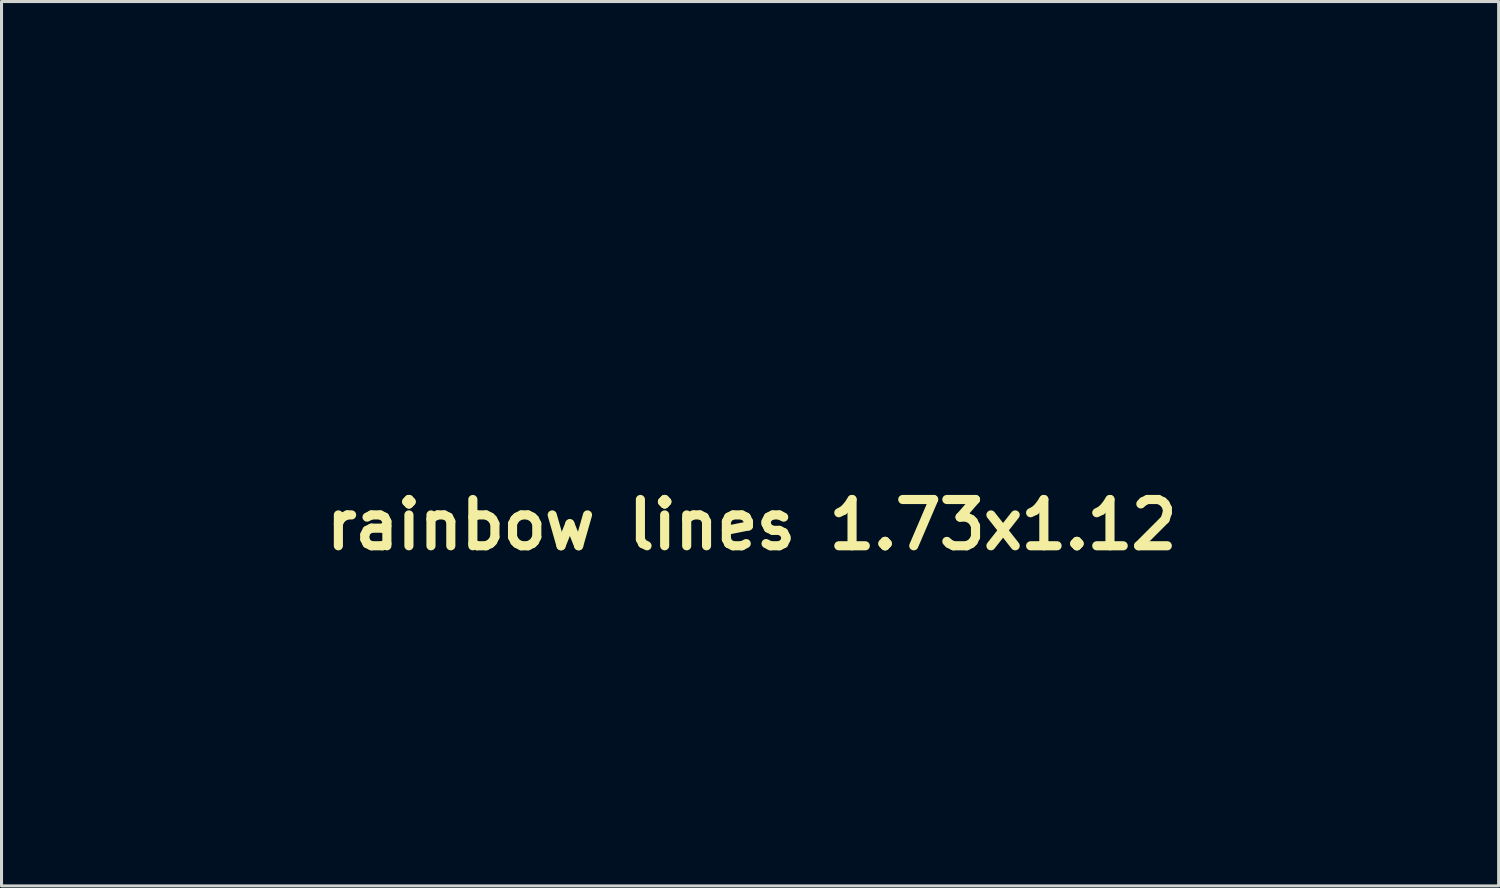
<source format=kicad_pcb>
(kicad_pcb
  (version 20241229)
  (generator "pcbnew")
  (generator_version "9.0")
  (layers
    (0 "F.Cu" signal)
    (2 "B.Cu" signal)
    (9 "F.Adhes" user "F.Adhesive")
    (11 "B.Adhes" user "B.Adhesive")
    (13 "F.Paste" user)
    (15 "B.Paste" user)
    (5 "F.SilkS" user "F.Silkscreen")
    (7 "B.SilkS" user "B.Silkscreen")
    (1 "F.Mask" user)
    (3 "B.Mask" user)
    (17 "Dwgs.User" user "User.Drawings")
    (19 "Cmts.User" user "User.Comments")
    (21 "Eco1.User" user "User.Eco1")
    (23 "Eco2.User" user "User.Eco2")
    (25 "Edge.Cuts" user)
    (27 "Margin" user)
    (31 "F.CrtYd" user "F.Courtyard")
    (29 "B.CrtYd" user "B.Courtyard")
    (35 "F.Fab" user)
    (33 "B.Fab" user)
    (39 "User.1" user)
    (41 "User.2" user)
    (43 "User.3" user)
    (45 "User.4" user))
  (footprint "rainbow lines 1.73x1.12"
    (layer "F.Cu")
    (at 21.696 14.227)
    (property "Reference" "rainbow lines 1.73x1.12" (at 0 0 0) (layer "F.SilkS") (effects (font (size 1.524 1.524) (thickness 0.3))))
    (attr board_only exclude_from_pos_files exclude_from_bom)
    (fp_poly (pts (xy 0.24 3.243) (xy 0.731 3.291) (xy 1.223 3.379) (xy 1.714 3.508) (xy 2.205 3.678) (xy 2.695 3.89) (xy 3.185 4.142) (xy 3.673 4.435) (xy 4.159 4.769) (xy 4.332 4.898) (xy 4.45 4.99) (xy 4.585 5.099) (xy 4.731 5.221) (xy 4.885 5.351) (xy 5.041 5.486) (xy 5.195 5.622) (xy 5.344 5.755) (xy 5.482 5.881) (xy 5.605 5.996) (xy 5.709 6.096) (xy 5.789 6.177) (xy 5.841 6.236) (xy 5.846 6.243) (xy 5.89 6.301) (xy 5.838 6.334) (xy 5.795 6.367) (xy 5.736 6.418) (xy 5.692 6.459) (xy 5.624 6.517) (xy 5.549 6.567) (xy 5.506 6.589) (xy 5.444 6.627) (xy 5.357 6.697) (xy 5.247 6.798) (xy 5.172 6.872) (xy 5.032 7.013) (xy 4.92 7.127) (xy 4.833 7.217) (xy 4.766 7.288) (xy 4.718 7.343) (xy 4.685 7.384) (xy 4.665 7.416) (xy 4.653 7.441) (xy 4.651 7.449) (xy 4.624 7.509) (xy 4.584 7.562) (xy 4.552 7.6) (xy 4.502 7.664) (xy 4.443 7.743) (xy 4.393 7.813) (xy 4.314 7.931) (xy 4.261 8.028) (xy 4.229 8.113) (xy 4.224 8.134) (xy 4.201 8.209) (xy 4.173 8.275) (xy 4.154 8.305) (xy 4.124 8.356) (xy 4.112 8.399) (xy 4.106 8.436) (xy 4.091 8.503) (xy 4.07 8.59) (xy 4.05 8.664) (xy 3.99 8.885) (xy 3.795 8.643) (xy 3.602 8.41) (xy 3.391 8.164) (xy 3.172 7.919) (xy 2.956 7.686) (xy 2.794 7.517) (xy 2.456 7.186) (xy 2.128 6.894) (xy 1.808 6.64) (xy 1.495 6.422) (xy 1.187 6.24) (xy 0.883 6.092) (xy 0.58 5.978) (xy 0.277 5.896) (xy 0.208 5.882) (xy 0.094 5.867) (xy -0.049 5.859) (xy -0.207 5.858) (xy -0.368 5.863) (xy -0.515 5.874) (xy -0.637 5.892) (xy -0.642 5.893) (xy -0.951 5.975) (xy -1.267 6.096) (xy -1.587 6.254) (xy -1.907 6.447) (xy -2.224 6.675) (xy -2.33 6.759) (xy -2.526 6.926) (xy -2.738 7.12) (xy -2.962 7.335) (xy -3.189 7.564) (xy -3.413 7.799) (xy -3.626 8.033) (xy -3.823 8.26) (xy -3.993 8.468) (xy -4.049 8.536) (xy -4.086 8.569) (xy -4.106 8.571) (xy -4.113 8.542) (xy -4.113 8.536) (xy -4.121 8.5) (xy -4.141 8.435) (xy -4.171 8.354) (xy -4.191 8.303) (xy -4.228 8.209) (xy -4.261 8.12) (xy -4.285 8.048) (xy -4.291 8.024) (xy -4.324 7.948) (xy -4.367 7.904) (xy -4.402 7.876) (xy -4.409 7.853) (xy -4.414 7.828) (xy -4.432 7.809) (xy -4.46 7.777) (xy -4.497 7.72) (xy -4.532 7.659) (xy -4.583 7.571) (xy -4.643 7.475) (xy -4.681 7.42) (xy -4.74 7.335) (xy -4.804 7.243) (xy -4.841 7.189) (xy -4.916 7.094) (xy -5.016 6.985) (xy -5.132 6.872) (xy -5.221 6.794) (xy -5.276 6.742) (xy -5.332 6.68) (xy -5.343 6.667) (xy -5.404 6.609) (xy -5.486 6.558) (xy -5.512 6.545) (xy -5.573 6.517) (xy -5.613 6.495) (xy -5.623 6.486) (xy -5.639 6.468) (xy -5.682 6.435) (xy -5.743 6.392) (xy -5.745 6.391) (xy -5.807 6.351) (xy -5.857 6.319) (xy -5.893 6.292) (xy -5.913 6.265) (xy -5.916 6.235) (xy -5.899 6.198) (xy -5.861 6.15) (xy -5.8 6.087) (xy -5.714 6.005) (xy -5.602 5.9) (xy -5.469 5.776) (xy -5.097 5.434) (xy -4.74 5.126) (xy -4.392 4.849) (xy -4.05 4.599) (xy -3.709 4.372) (xy -3.363 4.166) (xy -3.008 3.977) (xy -2.691 3.825) (xy -2.206 3.625) (xy -1.72 3.466) (xy -1.231 3.349) (xy -0.742 3.272) (xy -0.252 3.237)) (stroke (width 0) (type solid)) (fill yes) (layer "F.Mask"))
    (fp_poly (pts (xy 0.289 -14.223) (xy 0.828 -14.202) (xy 1.377 -14.166) (xy 1.923 -14.115) (xy 2.458 -14.049) (xy 2.695 -14.014) (xy 3.561 -13.86) (xy 4.417 -13.666) (xy 5.263 -13.433) (xy 6.097 -13.16) (xy 6.919 -12.849) (xy 7.728 -12.499) (xy 8.523 -12.112) (xy 9.304 -11.688) (xy 10.071 -11.227) (xy 10.821 -10.73) (xy 11.555 -10.197) (xy 12.271 -9.629) (xy 12.97 -9.027) (xy 13.65 -8.39) (xy 14.31 -7.719) (xy 14.95 -7.015) (xy 15.569 -6.278) (xy 16.167 -5.509) (xy 16.66 -4.827) (xy 17.246 -3.952) (xy 17.803 -3.046) (xy 18.332 -2.11) (xy 18.832 -1.144) (xy 19.303 -0.15) (xy 19.744 0.873) (xy 20.155 1.922) (xy 20.535 2.998) (xy 20.884 4.099) (xy 21.203 5.225) (xy 21.484 6.348) (xy 21.515 6.482) (xy 21.542 6.602) (xy 21.564 6.702) (xy 21.579 6.776) (xy 21.587 6.82) (xy 21.587 6.829) (xy 21.567 6.82) (xy 21.517 6.785) (xy 21.442 6.726) (xy 21.344 6.646) (xy 21.226 6.547) (xy 21.164 6.494) (xy 21.031 6.388) (xy 20.917 6.314) (xy 20.844 6.279) (xy 20.76 6.241) (xy 20.715 6.204) (xy 20.707 6.187) (xy 20.412 5.059) (xy 20.089 3.959) (xy 19.736 2.886) (xy 19.355 1.841) (xy 18.946 0.824) (xy 18.51 -0.164) (xy 18.045 -1.123) (xy 17.553 -2.052) (xy 17.034 -2.951) (xy 16.488 -3.819) (xy 15.915 -4.656) (xy 15.316 -5.461) (xy 14.69 -6.234) (xy 14.039 -6.974) (xy 13.362 -7.682) (xy 12.92 -8.113) (xy 12.587 -8.425) (xy 12.27 -8.71) (xy 11.963 -8.977) (xy 11.656 -9.231) (xy 11.341 -9.481) (xy 11.009 -9.733) (xy 10.819 -9.873) (xy 10.074 -10.393) (xy 9.316 -10.875) (xy 8.546 -11.316) (xy 7.764 -11.719) (xy 6.97 -12.081) (xy 6.165 -12.404) (xy 5.348 -12.687) (xy 4.521 -12.93) (xy 3.683 -13.133) (xy 2.835 -13.296) (xy 1.977 -13.419) (xy 1.109 -13.501) (xy 0.831 -13.519) (xy 0.367 -13.539) (xy -0.082 -13.546) (xy -0.528 -13.539) (xy -0.984 -13.518) (xy -1.463 -13.483) (xy -1.663 -13.465) (xy -2.509 -13.364) (xy -3.346 -13.223) (xy -4.175 -13.042) (xy -4.994 -12.822) (xy -5.802 -12.563) (xy -6.598 -12.265) (xy -7.383 -11.929) (xy -8.155 -11.556) (xy -8.914 -11.145) (xy -9.658 -10.698) (xy -10.388 -10.214) (xy -11.102 -9.695) (xy -11.799 -9.14) (xy -12.48 -8.551) (xy -13.142 -7.927) (xy -13.787 -7.269) (xy -14.412 -6.578) (xy -15.017 -5.854) (xy -15.601 -5.097) (xy -16.164 -4.308) (xy -16.187 -4.273) (xy -16.758 -3.404) (xy -17.3 -2.507) (xy -17.815 -1.58) (xy -18.303 -0.623) (xy -18.763 0.364) (xy -19.197 1.382) (xy -19.605 2.432) (xy -19.986 3.513) (xy -20.341 4.627) (xy -20.655 5.721) (xy -20.794 6.231) (xy -20.908 6.287) (xy -21.008 6.346) (xy -21.135 6.437) (xy -21.288 6.56) (xy -21.466 6.713) (xy -21.524 6.764) (xy -21.598 6.829) (xy -21.654 6.873) (xy -21.688 6.893) (xy -21.696 6.889) (xy -21.687 6.857) (xy -21.671 6.791) (xy -21.647 6.698) (xy -21.619 6.584) (xy -21.587 6.455) (xy -21.572 6.391) (xy -21.421 5.798) (xy -21.251 5.18) (xy -21.068 4.549) (xy -20.873 3.916) (xy -20.67 3.294) (xy -20.477 2.732) (xy -20.094 1.697) (xy -19.685 0.689) (xy -19.25 -0.291) (xy -18.791 -1.243) (xy -18.307 -2.167) (xy -17.799 -3.061) (xy -17.268 -3.925) (xy -16.714 -4.758) (xy -16.138 -5.561) (xy -15.539 -6.332) (xy -14.919 -7.071) (xy -14.277 -7.777) (xy -13.616 -8.45) (xy -12.934 -9.089) (xy -12.232 -9.694) (xy -11.511 -10.264) (xy -10.772 -10.799) (xy -10.014 -11.298) (xy -9.239 -11.76) (xy -8.446 -12.185) (xy -7.637 -12.572) (xy -7.08 -12.812) (xy -6.271 -13.126) (xy -5.458 -13.399) (xy -4.639 -13.633) (xy -3.811 -13.828) (xy -2.972 -13.984) (xy -2.119 -14.102) (xy -1.249 -14.183) (xy -0.722 -14.214) (xy -0.231 -14.227)) (stroke (width 0) (type solid)) (fill yes) (layer "F.Mask"))
    (fp_poly (pts (xy 0.174 -6.97) (xy 0.388 -6.968) (xy 0.575 -6.964) (xy 0.741 -6.958) (xy 0.895 -6.949) (xy 1.045 -6.936) (xy 1.199 -6.919) (xy 1.364 -6.897) (xy 1.548 -6.871) (xy 1.717 -6.845) (xy 2.402 -6.717) (xy 3.082 -6.549) (xy 3.756 -6.34) (xy 4.424 -6.091) (xy 5.086 -5.802) (xy 5.74 -5.474) (xy 6.387 -5.107) (xy 7.025 -4.701) (xy 7.654 -4.257) (xy 8.274 -3.775) (xy 8.884 -3.255) (xy 9.484 -2.699) (xy 10.073 -2.105) (xy 10.65 -1.476) (xy 11.215 -0.81) (xy 11.767 -0.108) (xy 11.872 0.031) (xy 12.146 0.406) (xy 12.43 0.812) (xy 12.718 1.24) (xy 13.007 1.682) (xy 13.29 2.131) (xy 13.562 2.579) (xy 13.819 3.016) (xy 14.054 3.436) (xy 14.056 3.439) (xy 14.085 3.491) (xy 13.567 3.497) (xy 13.316 3.502) (xy 13.1 3.509) (xy 12.914 3.52) (xy 12.748 3.536) (xy 12.596 3.558) (xy 12.45 3.588) (xy 12.303 3.625) (xy 12.146 3.671) (xy 12.011 3.715) (xy 11.813 3.784) (xy 11.652 3.848) (xy 11.521 3.909) (xy 11.415 3.969) (xy 11.337 4.024) (xy 11.289 4.06) (xy 11.255 4.08) (xy 11.249 4.081) (xy 11.233 4.064) (xy 11.198 4.018) (xy 11.15 3.946) (xy 11.09 3.856) (xy 11.032 3.765) (xy 10.52 2.98) (xy 10.002 2.231) (xy 9.477 1.521) (xy 8.946 0.848) (xy 8.409 0.214) (xy 7.868 -0.381) (xy 7.321 -0.937) (xy 6.769 -1.454) (xy 6.213 -1.931) (xy 5.653 -2.368) (xy 5.09 -2.765) (xy 4.522 -3.121) (xy 3.952 -3.436) (xy 3.617 -3.602) (xy 3.114 -3.825) (xy 2.621 -4.013) (xy 2.13 -4.168) (xy 1.632 -4.292) (xy 1.12 -4.389) (xy 0.795 -4.436) (xy 0.591 -4.457) (xy 0.356 -4.472) (xy 0.099 -4.481) (xy -0.167 -4.484) (xy -0.43 -4.481) (xy -0.68 -4.472) (xy -0.905 -4.457) (xy -1.006 -4.447) (xy -1.58 -4.363) (xy -2.148 -4.242) (xy -2.712 -4.083) (xy -3.272 -3.886) (xy -3.828 -3.65) (xy -4.383 -3.375) (xy -4.938 -3.061) (xy -5.492 -2.706) (xy -6.047 -2.311) (xy -6.604 -1.875) (xy -6.651 -1.837) (xy -6.847 -1.67) (xy -7.064 -1.475) (xy -7.298 -1.259) (xy -7.542 -1.026) (xy -7.79 -0.781) (xy -8.039 -0.53) (xy -8.282 -0.278) (xy -8.514 -0.031) (xy -8.729 0.206) (xy -8.83 0.321) (xy -9.174 0.727) (xy -9.528 1.165) (xy -9.885 1.627) (xy -10.24 2.106) (xy -10.588 2.593) (xy -10.923 3.083) (xy -11.24 3.567) (xy -11.343 3.729) (xy -11.399 3.818) (xy -11.446 3.892) (xy -11.481 3.947) (xy -11.499 3.974) (xy -11.5 3.976) (xy -11.52 3.97) (xy -11.564 3.946) (xy -11.589 3.931) (xy -11.664 3.888) (xy -11.749 3.849) (xy -11.77 3.841) (xy -11.847 3.807) (xy -11.92 3.767) (xy -11.938 3.755) (xy -12.019 3.712) (xy -12.136 3.668) (xy -12.283 3.625) (xy -12.452 3.585) (xy -12.637 3.549) (xy -12.831 3.519) (xy -13.026 3.496) (xy -13.083 3.491) (xy -13.152 3.488) (xy -13.251 3.488) (xy -13.373 3.49) (xy -13.51 3.494) (xy -13.653 3.499) (xy -13.794 3.505) (xy -13.924 3.512) (xy -14.036 3.52) (xy -14.122 3.527) (xy -14.172 3.535) (xy -14.174 3.535) (xy -14.191 3.537) (xy -14.197 3.528) (xy -14.192 3.503) (xy -14.171 3.457) (xy -14.135 3.387) (xy -14.081 3.286) (xy -14.055 3.24) (xy -13.556 2.365) (xy -13.043 1.528) (xy -12.517 0.731) (xy -11.975 -0.029) (xy -11.42 -0.751) (xy -10.849 -1.435) (xy -10.263 -2.083) (xy -9.661 -2.694) (xy -9.043 -3.269) (xy -8.408 -3.809) (xy -8.179 -3.992) (xy -7.557 -4.457) (xy -6.924 -4.885) (xy -6.28 -5.274) (xy -5.628 -5.625) (xy -4.968 -5.936) (xy -4.3 -6.208) (xy -3.625 -6.44) (xy -2.945 -6.632) (xy -2.26 -6.783) (xy -1.838 -6.855) (xy -1.64 -6.884) (xy -1.463 -6.908) (xy -1.3 -6.928) (xy -1.142 -6.943) (xy -0.982 -6.954) (xy -0.812 -6.961) (xy -0.624 -6.967) (xy -0.411 -6.969) (xy -0.164 -6.97) (xy -0.077 -6.97)) (stroke (width 0) (type solid)) (fill yes) (layer "F.Mask")))
  (gr_rect
    (start -3 -3)
    (end 46.283 26.112)
    (stroke (width 0.1) (type default))
    (fill no)
    (layer "Edge.Cuts")))
</source>
